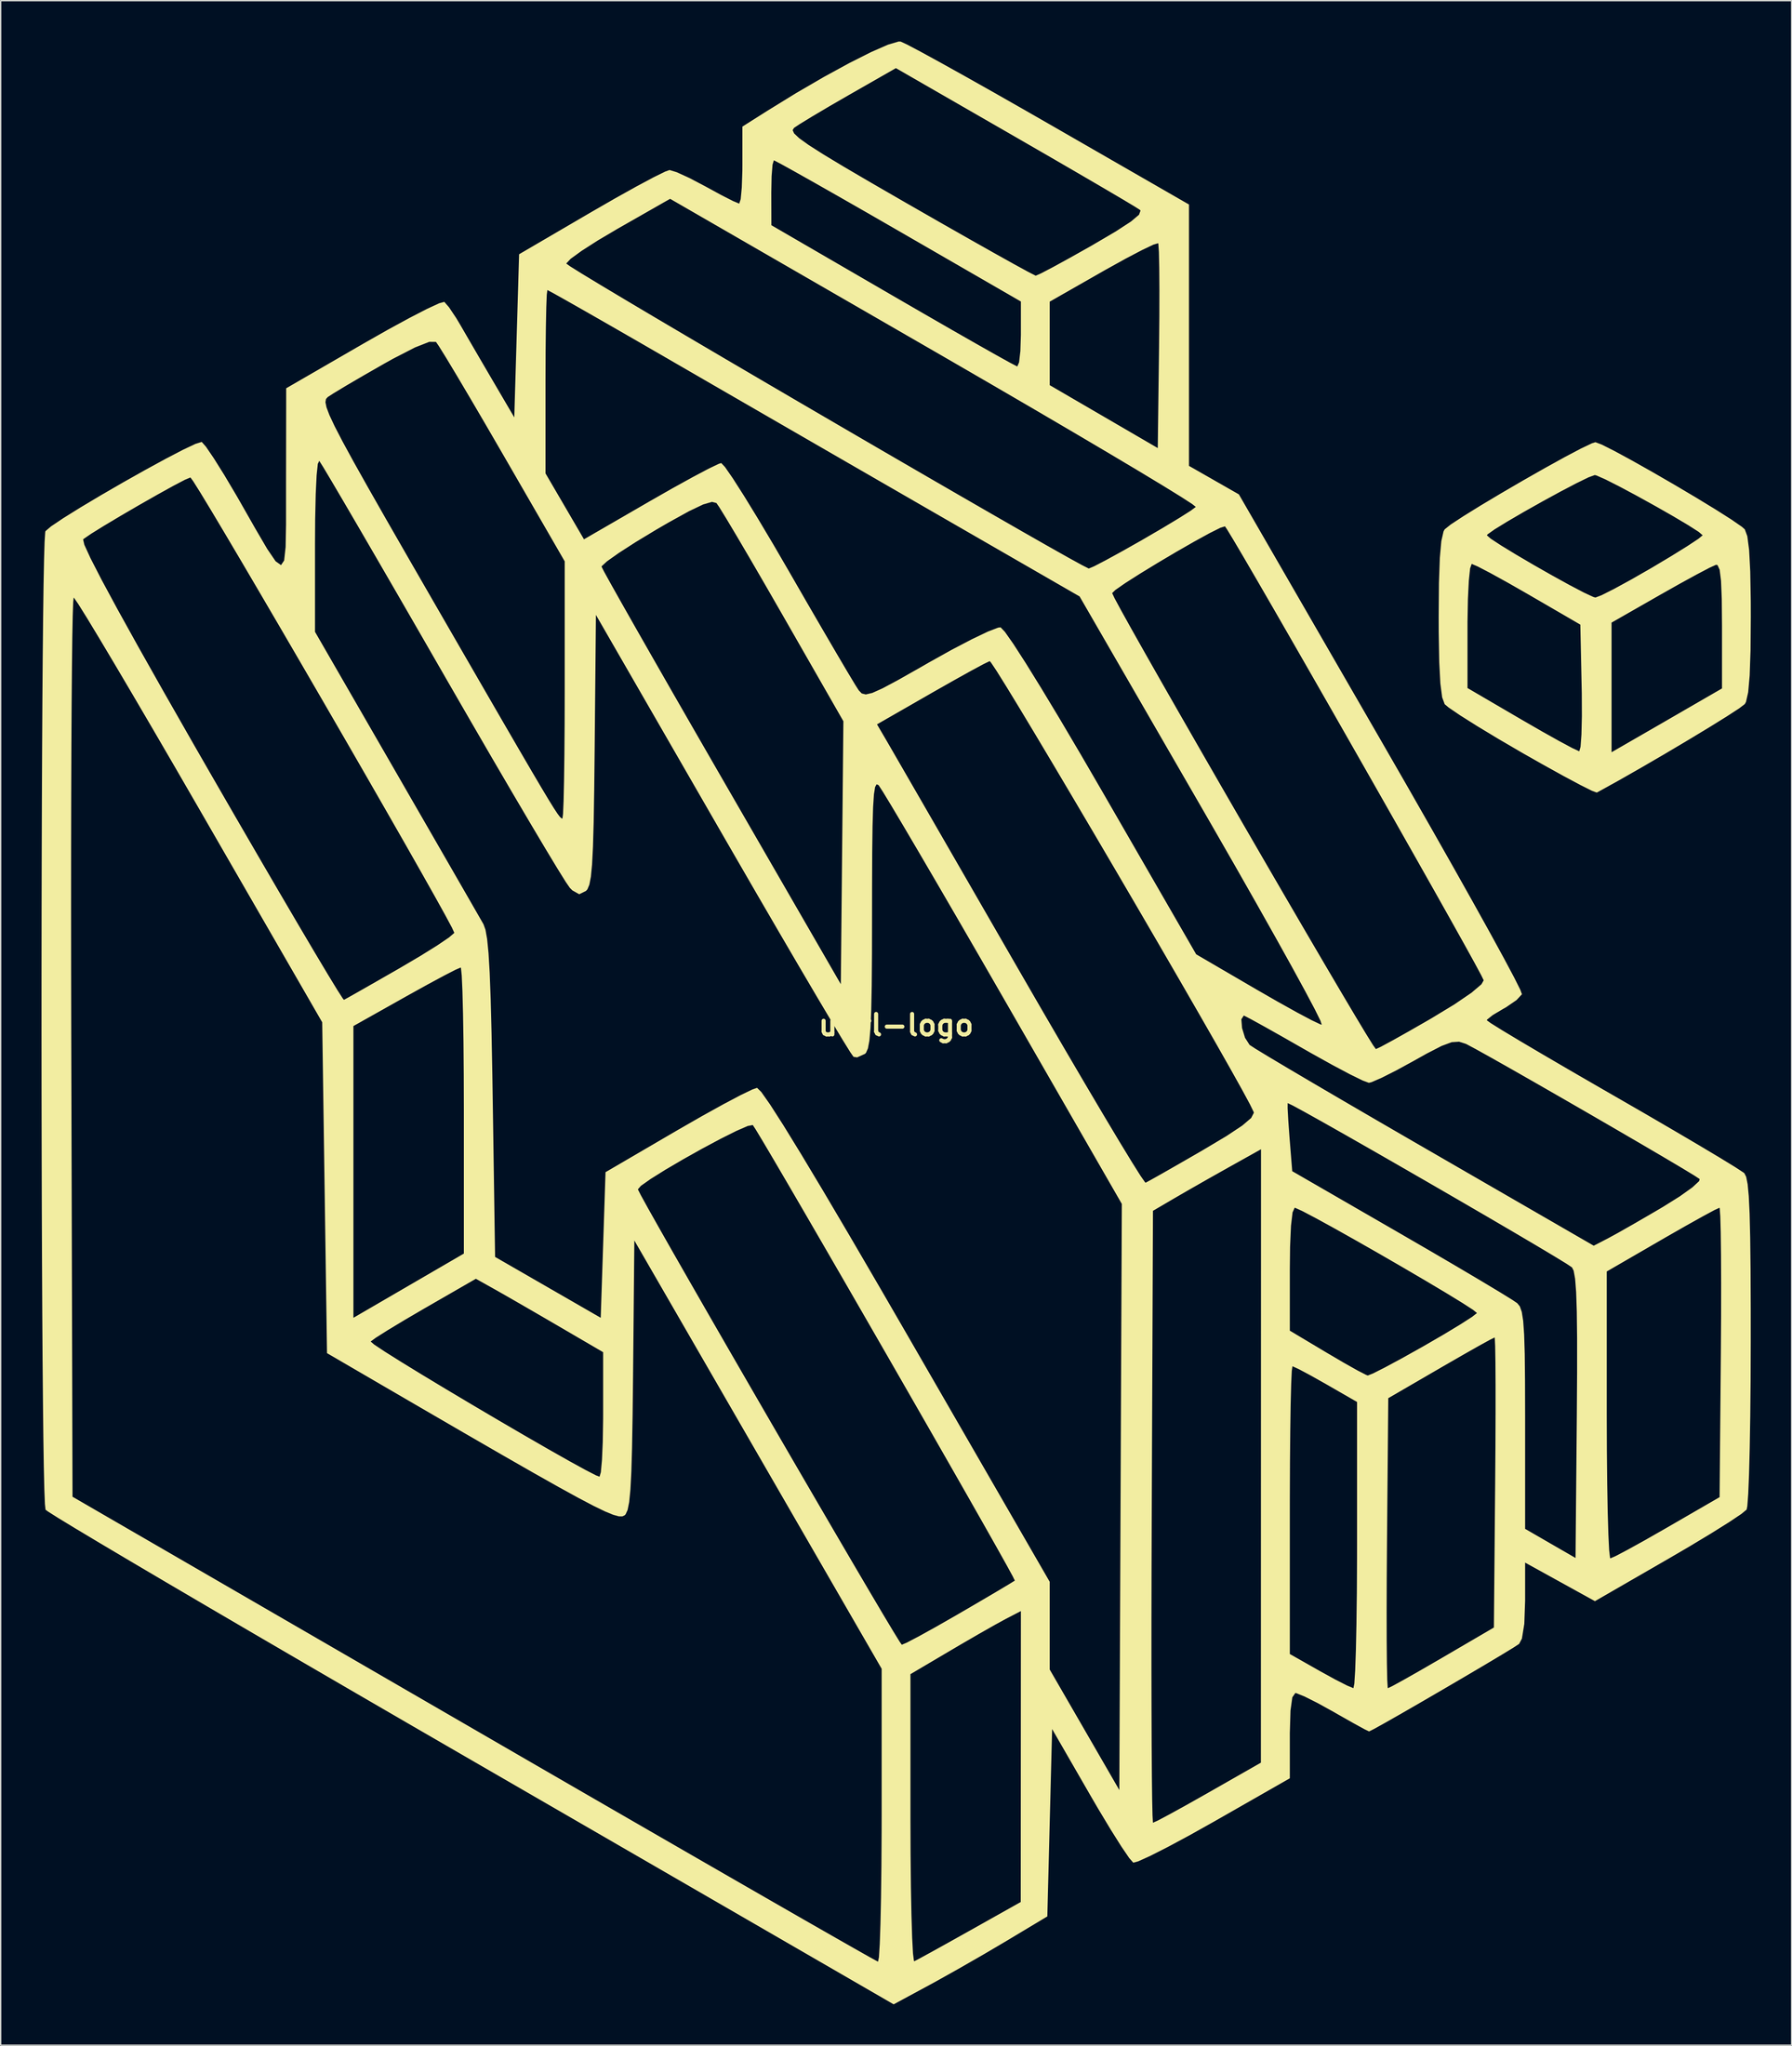
<source format=kicad_pcb>
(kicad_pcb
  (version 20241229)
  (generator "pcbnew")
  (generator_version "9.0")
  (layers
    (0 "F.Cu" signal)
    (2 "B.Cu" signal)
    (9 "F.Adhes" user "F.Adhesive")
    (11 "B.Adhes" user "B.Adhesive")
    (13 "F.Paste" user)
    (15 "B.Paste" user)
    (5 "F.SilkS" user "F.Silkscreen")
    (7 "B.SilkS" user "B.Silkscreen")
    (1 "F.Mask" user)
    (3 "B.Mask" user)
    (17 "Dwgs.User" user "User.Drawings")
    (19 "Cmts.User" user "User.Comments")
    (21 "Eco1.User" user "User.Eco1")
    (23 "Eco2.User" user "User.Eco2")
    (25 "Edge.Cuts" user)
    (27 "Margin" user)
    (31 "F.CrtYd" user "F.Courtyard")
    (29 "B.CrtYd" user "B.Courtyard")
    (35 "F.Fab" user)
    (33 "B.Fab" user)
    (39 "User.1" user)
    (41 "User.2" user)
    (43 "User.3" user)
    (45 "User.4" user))
  (footprint "uwrl-logo"
    (layer "F.Cu")
    (at 62.778 72.224)
    (property "Reference" "uwrl-logo" (at 0 0 0) (layer "F.SilkS") (effects (font (size 1.5 1.5) (thickness 0.3))))
    (attr board_only exclude_from_pos_files exclude_from_bom)
    (fp_poly (pts (xy 51.843 -42.63) (xy 52.782 -42.157) (xy 54.07 -41.458) (xy 55.583 -40.605) (xy 57.196 -39.672) (xy 58.782 -38.732) (xy 60.218 -37.857) (xy 61.378 -37.12) (xy 62.137 -36.595) (xy 62.353 -36.405) (xy 62.538 -35.901) (xy 62.67 -34.888) (xy 62.753 -33.309) (xy 62.791 -31.107) (xy 62.794 -29.986) (xy 62.774 -27.511) (xy 62.711 -25.682) (xy 62.601 -24.443) (xy 62.44 -23.734) (xy 62.353 -23.578) (xy 61.946 -23.267) (xy 61.039 -22.677) (xy 59.751 -21.877) (xy 58.195 -20.937) (xy 56.489 -19.925) (xy 54.746 -18.911) (xy 53.084 -17.963) (xy 51.617 -17.152) (xy 51.48 -17.078) (xy 51.123 -17.209) (xy 50.26 -17.641) (xy 48.994 -18.318) (xy 47.428 -19.186) (xy 46.012 -19.99) (xy 44.249 -21.019) (xy 42.684 -21.964) (xy 41.428 -22.756) (xy 40.592 -23.326) (xy 40.305 -23.568) (xy 40.12 -24.071) (xy 39.988 -25.084) (xy 39.905 -26.663) (xy 39.867 -28.866) (xy 39.866 -29.31) (xy 41.981 -29.31) (xy 41.981 -24.754) (xy 45.949 -22.436) (xy 47.452 -21.57) (xy 48.738 -20.85) (xy 49.683 -20.344) (xy 50.166 -20.119) (xy 50.193 -20.113) (xy 50.287 -20.442) (xy 50.353 -21.347) (xy 50.384 -22.697) (xy 50.377 -24.362) (xy 50.369 -24.759) (xy 50.271 -29.409) (xy 50.013 -29.559) (xy 52.564 -29.559) (xy 52.564 -24.8) (xy 52.564 -20.041) (xy 54.063 -20.905) (xy 55.111 -21.509) (xy 56.494 -22.307) (xy 57.935 -23.14) (xy 58.12 -23.247) (xy 60.678 -24.726) (xy 60.678 -29.322) (xy 60.661 -31.291) (xy 60.606 -32.636) (xy 60.505 -33.439) (xy 60.349 -33.783) (xy 60.237 -33.804) (xy 59.77 -33.592) (xy 58.832 -33.1) (xy 57.561 -32.404) (xy 56.18 -31.625) (xy 52.564 -29.559) (xy 50.013 -29.559) (xy 46.432 -31.638) (xy 44.95 -32.485) (xy 43.683 -33.184) (xy 42.757 -33.667) (xy 42.301 -33.865) (xy 42.287 -33.867) (xy 42.172 -33.536) (xy 42.078 -32.631) (xy 42.011 -31.283) (xy 41.981 -29.624) (xy 41.981 -29.31) (xy 39.866 -29.31) (xy 39.864 -29.986) (xy 39.884 -32.468) (xy 39.948 -34.302) (xy 40.059 -35.545) (xy 40.157 -35.971) (xy 43.402 -35.971) (xy 43.684 -35.723) (xy 44.447 -35.223) (xy 45.549 -34.551) (xy 46.85 -33.788) (xy 48.209 -33.015) (xy 49.483 -32.313) (xy 50.533 -31.763) (xy 51.216 -31.445) (xy 51.38 -31.399) (xy 51.826 -31.568) (xy 52.744 -32.031) (xy 54.002 -32.717) (xy 55.468 -33.557) (xy 55.526 -33.591) (xy 56.956 -34.445) (xy 58.132 -35.175) (xy 58.937 -35.707) (xy 59.255 -35.967) (xy 59.256 -35.972) (xy 58.962 -36.223) (xy 58.185 -36.719) (xy 57.07 -37.381) (xy 55.761 -38.127) (xy 54.401 -38.879) (xy 53.134 -39.556) (xy 52.104 -40.077) (xy 51.454 -40.363) (xy 51.329 -40.393) (xy 50.884 -40.232) (xy 49.998 -39.8) (xy 48.814 -39.18) (xy 47.476 -38.45) (xy 46.127 -37.691) (xy 44.913 -36.983) (xy 43.975 -36.407) (xy 43.459 -36.042) (xy 43.402 -35.971) (xy 40.157 -35.971) (xy 40.221 -36.255) (xy 40.305 -36.407) (xy 40.745 -36.759) (xy 41.668 -37.366) (xy 42.948 -38.158) (xy 44.46 -39.061) (xy 46.079 -40.004) (xy 47.68 -40.914) (xy 49.138 -41.719) (xy 50.329 -42.347) (xy 51.127 -42.726) (xy 51.378 -42.804)) (stroke (width 0) (type solid)) (fill yes) (layer "F.SilkS"))
    (fp_poly (pts (xy 0.342 -72.22) (xy 0.803 -72.006) (xy 1.798 -71.481) (xy 3.25 -70.687) (xy 5.081 -69.668) (xy 7.215 -68.466) (xy 9.574 -67.123) (xy 11.273 -66.149) (xy 21.519 -60.257) (xy 21.519 -50.661) (xy 21.519 -41.066) (xy 23.353 -40.02) (xy 25.186 -38.973) (xy 35.664 -20.833) (xy 37.551 -17.555) (xy 39.323 -14.453) (xy 40.951 -11.583) (xy 42.403 -8.998) (xy 43.65 -6.754) (xy 44.661 -4.904) (xy 45.407 -3.504) (xy 45.856 -2.607) (xy 45.981 -2.272) (xy 45.586 -1.845) (xy 44.814 -1.316) (xy 44.606 -1.199) (xy 43.835 -0.741) (xy 43.421 -0.41) (xy 43.398 -0.361) (xy 43.693 -0.146) (xy 44.527 0.374) (xy 45.824 1.154) (xy 47.51 2.149) (xy 49.509 3.316) (xy 51.747 4.61) (xy 52.625 5.115) (xy 54.961 6.462) (xy 57.11 7.713) (xy 58.993 8.821) (xy 60.53 9.739) (xy 61.641 10.419) (xy 62.245 10.813) (xy 62.321 10.873) (xy 62.454 11.136) (xy 62.561 11.676) (xy 62.644 12.558) (xy 62.706 13.845) (xy 62.749 15.601) (xy 62.775 17.89) (xy 62.788 20.775) (xy 62.789 23.22) (xy 62.779 26.061) (xy 62.754 28.686) (xy 62.715 31.009) (xy 62.665 32.945) (xy 62.605 34.408) (xy 62.538 35.312) (xy 62.488 35.568) (xy 62.097 35.89) (xy 61.197 36.492) (xy 59.894 37.308) (xy 58.291 38.274) (xy 56.767 39.164) (xy 51.343 42.293) (xy 48.778 40.877) (xy 46.214 39.462) (xy 46.214 42.265) (xy 46.154 43.958) (xy 45.978 45.044) (xy 45.773 45.43) (xy 45.356 45.703) (xy 44.469 46.244) (xy 43.23 46.983) (xy 41.76 47.85) (xy 40.178 48.776) (xy 38.602 49.692) (xy 37.152 50.528) (xy 35.947 51.214) (xy 35.107 51.68) (xy 34.751 51.858) (xy 34.749 51.858) (xy 34.412 51.695) (xy 33.618 51.26) (xy 32.521 50.64) (xy 32.187 50.447) (xy 30.988 49.784) (xy 30.001 49.288) (xy 29.401 49.047) (xy 29.333 49.036) (xy 29.111 49.355) (xy 28.977 50.329) (xy 28.928 51.978) (xy 28.928 52.167) (xy 28.928 55.298) (xy 23.372 58.47) (xy 21.575 59.476) (xy 19.977 60.335) (xy 18.682 60.992) (xy 17.795 61.395) (xy 17.429 61.496) (xy 17.128 61.154) (xy 16.55 60.305) (xy 15.764 59.057) (xy 14.839 57.519) (xy 14.254 56.516) (xy 11.465 51.682) (xy 11.289 58.561) (xy 11.113 65.44) (xy 8.114 67.239) (xy 6.419 68.237) (xy 4.563 69.302) (xy 2.879 70.244) (xy 2.469 70.467) (xy -0.176 71.896) (xy -31.178 53.975) (xy -35.483 51.484) (xy -39.616 49.086) (xy -43.537 46.806) (xy -47.204 44.668) (xy -50.576 42.696) (xy -53.612 40.914) (xy -56.271 39.346) (xy -58.511 38.018) (xy -60.292 36.952) (xy -61.572 36.173) (xy -62.31 35.706) (xy -62.482 35.578) (xy -62.528 35.159) (xy -62.57 34.092) (xy -62.609 32.435) (xy -62.643 30.247) (xy -62.673 27.584) (xy -62.7 24.505) (xy -62.723 21.067) (xy -62.742 17.329) (xy -62.757 13.348) (xy -62.767 9.181) (xy -62.775 4.888) (xy -62.778 0.525) (xy -62.777 -3.849) (xy -62.772 -8.177) (xy -62.771 -8.755) (xy -60.606 -8.755) (xy -60.603 -4.257) (xy -60.594 0.457) (xy -60.591 1.614) (xy -60.501 34.625) (xy -31.044 51.678) (xy -26.855 54.102) (xy -22.837 56.425) (xy -19.034 58.62) (xy -15.488 60.665) (xy -12.241 62.535) (xy -9.334 64.207) (xy -6.811 65.655) (xy -4.712 66.855) (xy -3.081 67.784) (xy -1.959 68.418) (xy -1.388 68.731) (xy -1.323 68.761) (xy -1.257 68.431) (xy -1.197 67.479) (xy -1.146 65.993) (xy -1.104 64.057) (xy -1.075 61.755) (xy -1.06 59.174) (xy -1.058 58.024) (xy -1.058 47.652) (xy 1.058 47.652) (xy 1.058 58.251) (xy 1.067 60.898) (xy 1.092 63.295) (xy 1.132 65.358) (xy 1.183 67.003) (xy 1.243 68.143) (xy 1.311 68.695) (xy 1.338 68.733) (xy 1.739 68.523) (xy 2.624 68.039) (xy 3.865 67.351) (xy 5.333 66.53) (xy 5.389 66.499) (xy 9.16 64.382) (xy 9.166 53.701) (xy 9.172 43.021) (xy 8.078 43.587) (xy 7.29 44.017) (xy 6.098 44.693) (xy 4.704 45.501) (xy 4.021 45.903) (xy 1.058 47.652) (xy -1.058 47.652) (xy -1.058 47.256) (xy -10.142 31.533) (xy -19.226 15.811) (xy -19.32 25.682) (xy -19.354 28.661) (xy -19.395 31.009) (xy -19.447 32.801) (xy -19.516 34.113) (xy -19.606 35.019) (xy -19.721 35.593) (xy -19.866 35.912) (xy -19.936 35.987) (xy -20.105 36.067) (xy -20.37 36.064) (xy -20.778 35.951) (xy -21.379 35.704) (xy -22.22 35.297) (xy -23.349 34.703) (xy -24.814 33.898) (xy -26.663 32.856) (xy -28.943 31.551) (xy -31.703 29.957) (xy -34.99 28.048) (xy -37.571 26.547) (xy -41.804 24.082) (xy -41.817 23.23) (xy -38.596 23.23) (xy -38.34 23.451) (xy -37.565 23.966) (xy -36.366 24.72) (xy -34.836 25.657) (xy -33.071 26.721) (xy -31.165 27.856) (xy -29.211 29.008) (xy -27.304 30.121) (xy -25.538 31.138) (xy -24.007 32.004) (xy -22.806 32.664) (xy -22.029 33.062) (xy -21.784 33.155) (xy -21.686 32.827) (xy -21.604 31.923) (xy -21.546 30.577) (xy -21.52 28.917) (xy -21.519 28.587) (xy -21.519 24.012) (xy -24.783 22.107) (xy -26.307 21.22) (xy -27.766 20.377) (xy -28.952 19.697) (xy -29.457 19.411) (xy -30.868 18.621) (xy -34.656 20.802) (xy -36.117 21.656) (xy -37.342 22.395) (xy -38.208 22.942) (xy -38.591 23.223) (xy -38.596 23.23) (xy -41.817 23.23) (xy -41.981 11.935) (xy -42.153 0.064) (xy -39.864 0.064) (xy -39.864 10.775) (xy -39.864 21.486) (xy -35.807 19.128) (xy -31.75 16.77) (xy -31.75 6.268) (xy -31.758 3.628) (xy -31.779 1.231) (xy -31.812 -0.837) (xy -31.855 -2.487) (xy -31.906 -3.635) (xy -31.963 -4.193) (xy -31.984 -4.233) (xy -32.364 -4.07) (xy -33.231 -3.624) (xy -34.46 -2.961) (xy -35.924 -2.15) (xy -36.041 -2.084) (xy -39.864 0.064) (xy -42.153 0.064) (xy -42.157 -0.212) (xy -51.153 -15.802) (xy -52.903 -18.827) (xy -54.551 -21.658) (xy -56.063 -24.238) (xy -57.405 -26.511) (xy -58.542 -28.417) (xy -59.44 -29.901) (xy -60.066 -30.904) (xy -60.385 -31.369) (xy -60.415 -31.395) (xy -60.452 -31.05) (xy -60.486 -30.049) (xy -60.517 -28.441) (xy -60.543 -26.273) (xy -60.565 -23.594) (xy -60.583 -20.455) (xy -60.596 -16.902) (xy -60.604 -12.986) (xy -60.606 -8.755) (xy -62.771 -8.755) (xy -62.763 -12.401) (xy -62.751 -16.463) (xy -62.734 -20.306) (xy -62.713 -23.87) (xy -62.689 -27.099) (xy -62.66 -29.935) (xy -62.628 -32.32) (xy -62.591 -34.195) (xy -62.551 -35.504) (xy -62.54 -35.668) (xy -59.723 -35.668) (xy -59.633 -35.276) (xy -59.179 -34.287) (xy -58.367 -32.707) (xy -57.199 -30.544) (xy -55.679 -27.804) (xy -53.811 -24.493) (xy -51.598 -20.617) (xy -50.409 -18.549) (xy -48.597 -15.412) (xy -46.889 -12.469) (xy -45.318 -9.774) (xy -43.916 -7.384) (xy -42.715 -5.352) (xy -41.748 -3.734) (xy -41.047 -2.585) (xy -40.645 -1.96) (xy -40.561 -1.86) (xy -40.202 -2.056) (xy -39.352 -2.537) (xy -38.133 -3.232) (xy -36.666 -4.073) (xy -36.415 -4.217) (xy -34.935 -5.09) (xy -33.706 -5.855) (xy -32.844 -6.439) (xy -32.464 -6.765) (xy -32.456 -6.789) (xy -32.627 -7.162) (xy -33.114 -8.07) (xy -33.878 -9.447) (xy -34.879 -11.223) (xy -36.078 -13.333) (xy -37.437 -15.707) (xy -38.915 -18.279) (xy -40.473 -20.98) (xy -42.073 -23.743) (xy -43.674 -26.5) (xy -45.238 -29.183) (xy -46.726 -31.725) (xy -48.097 -34.058) (xy -49.313 -36.114) (xy -50.335 -37.826) (xy -51.123 -39.125) (xy -51.638 -39.944) (xy -51.839 -40.217) (xy -52.241 -40.048) (xy -53.1 -39.598) (xy -54.27 -38.95) (xy -55.606 -38.19) (xy -56.961 -37.401) (xy -58.189 -36.668) (xy -59.144 -36.075) (xy -59.681 -35.706) (xy -59.723 -35.668) (xy -62.54 -35.668) (xy -62.506 -36.188) (xy -62.488 -36.274) (xy -62.077 -36.625) (xy -61.184 -37.225) (xy -59.928 -38.007) (xy -58.428 -38.902) (xy -56.804 -39.842) (xy -55.176 -40.758) (xy -53.663 -41.583) (xy -52.386 -42.248) (xy -51.463 -42.684) (xy -51.016 -42.824) (xy -51.006 -42.822) (xy -50.699 -42.475) (xy -50.123 -41.629) (xy -49.355 -40.403) (xy -48.47 -38.912) (xy -48.232 -38.499) (xy -47.06 -36.442) (xy -46.191 -34.958) (xy -45.581 -34.064) (xy -45.183 -33.779) (xy -44.953 -34.12) (xy -44.845 -35.107) (xy -44.841 -35.325) (xy -42.686 -35.325) (xy -42.686 -28.881) (xy -36.746 -18.586) (xy -35.312 -16.098) (xy -33.972 -13.775) (xy -32.773 -11.694) (xy -31.759 -9.934) (xy -30.977 -8.574) (xy -30.471 -7.694) (xy -30.308 -7.408) (xy -30.163 -7.008) (xy -30.041 -6.322) (xy -29.939 -5.285) (xy -29.853 -3.831) (xy -29.78 -1.897) (xy -29.716 0.585) (xy -29.658 3.678) (xy -29.633 5.245) (xy -29.457 17.016) (xy -25.576 19.251) (xy -21.696 21.486) (xy -21.519 16.14) (xy -21.385 12.055) (xy -18.967 12.055) (xy -18.75 12.483) (xy -18.222 13.441) (xy -17.423 14.859) (xy -16.393 16.671) (xy -15.169 18.809) (xy -13.793 21.205) (xy -12.302 23.792) (xy -10.736 26.501) (xy -9.134 29.267) (xy -7.536 32.019) (xy -5.98 34.692) (xy -4.506 37.218) (xy -3.153 39.529) (xy -1.961 41.556) (xy -0.968 43.234) (xy -0.213 44.493) (xy 0.264 45.268) (xy 0.422 45.493) (xy 0.802 45.331) (xy 1.669 44.876) (xy 2.899 44.196) (xy 4.371 43.355) (xy 4.644 43.197) (xy 6.134 42.328) (xy 7.386 41.592) (xy 8.283 41.057) (xy 8.708 40.794) (xy 8.726 40.781) (xy 8.573 40.469) (xy 8.105 39.614) (xy 7.361 38.285) (xy 6.379 36.548) (xy 5.199 34.471) (xy 3.858 32.123) (xy 2.397 29.57) (xy 0.853 26.88) (xy -0.733 24.121) (xy -2.324 21.36) (xy -3.879 18.665) (xy -5.362 16.104) (xy -6.731 13.744) (xy -7.949 11.653) (xy -8.977 9.899) (xy -9.775 8.548) (xy -10.305 7.669) (xy -10.526 7.332) (xy -10.9 7.403) (xy -11.735 7.766) (xy -12.894 8.346) (xy -14.239 9.064) (xy -15.634 9.845) (xy -16.941 10.612) (xy -18.023 11.288) (xy -18.744 11.796) (xy -18.967 12.055) (xy -21.385 12.055) (xy -21.343 10.794) (xy -16.051 7.705) (xy -14.287 6.693) (xy -12.708 5.818) (xy -11.423 5.139) (xy -10.545 4.716) (xy -10.21 4.601) (xy -9.901 4.906) (xy -9.257 5.822) (xy -8.281 7.343) (xy -6.978 9.463) (xy -5.351 12.175) (xy -3.405 15.472) (xy -1.143 19.348) (xy 0.815 22.729) (xy 11.289 40.872) (xy 11.289 44.093) (xy 11.289 47.313) (xy 13.847 51.738) (xy 16.404 56.163) (xy 16.442 47.118) (xy 18.762 47.118) (xy 18.768 50.202) (xy 18.778 52.892) (xy 18.794 55.13) (xy 18.815 56.856) (xy 18.84 58.011) (xy 18.87 58.535) (xy 18.879 58.561) (xy 19.24 58.396) (xy 20.089 57.945) (xy 21.304 57.276) (xy 22.763 56.454) (xy 22.935 56.356) (xy 26.803 54.151) (xy 26.806 35.61) (xy 28.928 35.61) (xy 28.928 46.173) (xy 31.133 47.423) (xy 32.251 48.038) (xy 33.129 48.486) (xy 33.588 48.676) (xy 33.602 48.678) (xy 33.669 48.341) (xy 33.729 47.385) (xy 33.781 45.896) (xy 33.823 43.962) (xy 33.833 43.112) (xy 36.041 43.112) (xy 36.045 45.2) (xy 36.06 46.874) (xy 36.084 48.046) (xy 36.118 48.632) (xy 36.133 48.683) (xy 36.481 48.515) (xy 37.316 48.057) (xy 38.515 47.377) (xy 39.958 46.542) (xy 40.107 46.455) (xy 43.921 44.227) (xy 44.014 33.579) (xy 44.033 30.919) (xy 44.042 28.502) (xy 44.042 26.414) (xy 44.032 24.741) (xy 44.013 23.568) (xy 43.986 22.982) (xy 43.973 22.931) (xy 43.634 23.098) (xy 42.807 23.553) (xy 41.611 24.231) (xy 40.167 25.062) (xy 39.999 25.16) (xy 36.16 27.389) (xy 36.066 38.036) (xy 36.048 40.696) (xy 36.041 43.112) (xy 33.833 43.112) (xy 33.852 41.667) (xy 33.866 39.1) (xy 33.867 38.175) (xy 33.867 27.667) (xy 31.589 26.357) (xy 30.466 25.725) (xy 29.595 25.26) (xy 29.141 25.051) (xy 29.12 25.047) (xy 29.072 25.386) (xy 29.028 26.343) (xy 28.99 27.834) (xy 28.96 29.771) (xy 28.939 32.068) (xy 28.929 34.64) (xy 28.928 35.61) (xy 26.806 35.61) (xy 26.807 31.631) (xy 26.81 17.919) (xy 28.928 17.919) (xy 28.928 22.432) (xy 31.662 24.064) (xy 32.901 24.791) (xy 33.91 25.358) (xy 34.538 25.681) (xy 34.657 25.725) (xy 35.046 25.57) (xy 35.921 25.127) (xy 37.155 24.463) (xy 38.624 23.642) (xy 38.789 23.548) (xy 40.254 22.699) (xy 41.466 21.966) (xy 42.31 21.424) (xy 42.668 21.144) (xy 42.673 21.132) (xy 42.387 20.9) (xy 41.592 20.387) (xy 40.396 19.655) (xy 38.907 18.768) (xy 37.232 17.787) (xy 35.48 16.774) (xy 33.757 15.792) (xy 32.173 14.903) (xy 30.834 14.169) (xy 29.85 13.652) (xy 29.326 13.414) (xy 29.283 13.406) (xy 29.129 13.747) (xy 29.014 14.724) (xy 28.946 16.271) (xy 28.928 17.919) (xy 26.81 17.919) (xy 26.811 9.111) (xy 24.43 10.441) (xy 23.002 11.244) (xy 21.568 12.061) (xy 20.461 12.701) (xy 18.874 13.631) (xy 18.783 36.096) (xy 18.77 40.006) (xy 18.763 43.699) (xy 18.762 47.118) (xy 16.442 47.118) (xy 16.495 34.644) (xy 16.586 13.124) (xy 7.887 -1.993) (xy 6.158 -4.991) (xy 4.524 -7.813) (xy 3.022 -10.396) (xy 1.686 -12.68) (xy 0.553 -14.604) (xy -0.342 -16.108) (xy -0.962 -17.129) (xy -1.272 -17.607) (xy -1.288 -17.626) (xy -1.429 -17.687) (xy -1.54 -17.482) (xy -1.625 -16.946) (xy -1.686 -16.012) (xy -1.727 -14.613) (xy -1.751 -12.684) (xy -1.762 -10.157) (xy -1.764 -8.233) (xy -1.769 -5.248) (xy -1.788 -2.895) (xy -1.823 -1.098) (xy -1.878 0.218) (xy -1.958 1.128) (xy -2.066 1.705) (xy -2.205 2.025) (xy -2.278 2.104) (xy -2.861 2.367) (xy -3.126 2.323) (xy -3.361 1.986) (xy -3.914 1.095) (xy -4.75 -0.294) (xy -5.835 -2.122) (xy -7.136 -4.333) (xy -8.619 -6.869) (xy -10.25 -9.672) (xy -11.994 -12.686) (xy -12.755 -14.003) (xy -22.049 -30.123) (xy -22.142 -20.215) (xy -22.175 -17.248) (xy -22.214 -14.91) (xy -22.265 -13.125) (xy -22.331 -11.816) (xy -22.418 -10.906) (xy -22.53 -10.319) (xy -22.672 -9.979) (xy -22.779 -9.857) (xy -23.275 -9.613) (xy -23.778 -9.896) (xy -23.965 -10.083) (xy -24.264 -10.516) (xy -24.877 -11.5) (xy -25.767 -12.973) (xy -26.897 -14.873) (xy -28.232 -17.139) (xy -29.734 -19.708) (xy -31.366 -22.52) (xy -33.094 -25.511) (xy -33.334 -25.929) (xy -35.06 -28.925) (xy -36.685 -31.738) (xy -38.174 -34.307) (xy -39.492 -36.574) (xy -40.605 -38.478) (xy -41.477 -39.96) (xy -42.073 -40.959) (xy -42.359 -41.415) (xy -42.374 -41.434) (xy -42.48 -41.216) (xy -42.568 -40.375) (xy -42.634 -38.991) (xy -42.675 -37.148) (xy -42.686 -35.325) (xy -44.841 -35.325) (xy -44.814 -36.757) (xy -44.814 -39.089) (xy -44.814 -39.875) (xy -44.804 -45.738) (xy -41.919 -45.738) (xy -41.842 -45.362) (xy -41.625 -44.79) (xy -41.241 -43.972) (xy -40.661 -42.854) (xy -39.859 -41.384) (xy -38.807 -39.51) (xy -37.48 -37.18) (xy -35.85 -34.342) (xy -34.042 -31.207) (xy -31.997 -27.666) (xy -30.276 -24.688) (xy -28.85 -22.224) (xy -27.689 -20.226) (xy -26.766 -18.645) (xy -26.05 -17.432) (xy -25.514 -16.538) (xy -25.128 -15.916) (xy -24.864 -15.517) (xy -24.692 -15.292) (xy -24.584 -15.192) (xy -24.511 -15.169) (xy -24.51 -15.169) (xy -24.465 -15.507) (xy -24.425 -16.459) (xy -24.391 -17.934) (xy -24.365 -19.84) (xy -24.348 -22.087) (xy -24.342 -24.583) (xy -24.342 -24.613) (xy -24.342 -33.663) (xy -21.634 -33.663) (xy -21.451 -33.302) (xy -20.947 -32.39) (xy -20.158 -30.987) (xy -19.117 -29.152) (xy -17.858 -26.946) (xy -16.416 -24.427) (xy -14.823 -21.656) (xy -13.114 -18.691) (xy -12.815 -18.173) (xy -4.057 -3.008) (xy -3.963 -12.663) (xy -3.871 -22.088) (xy -1.4 -22.088) (xy -0.767 -21.01) (xy -0.471 -20.5) (xy 0.141 -19.441) (xy 1.034 -17.895) (xy 2.172 -15.925) (xy 3.518 -13.592) (xy 5.037 -10.959) (xy 6.693 -8.087) (xy 8.45 -5.04) (xy 8.974 -4.131) (xy 10.734 -1.089) (xy 12.391 1.757) (xy 13.912 4.349) (xy 15.263 6.632) (xy 16.41 8.549) (xy 17.32 10.043) (xy 17.959 11.058) (xy 18.294 11.537) (xy 18.333 11.568) (xy 18.716 11.361) (xy 19.587 10.871) (xy 20.821 10.166) (xy 22.295 9.317) (xy 22.528 9.182) (xy 24.27 8.144) (xy 25.437 7.37) (xy 26.088 6.815) (xy 26.284 6.436) (xy 26.269 6.366) (xy 26.138 6.097) (xy 28.766 6.097) (xy 28.814 6.984) (xy 28.902 8.199) (xy 28.908 8.271) (xy 29.104 10.721) (xy 37.083 15.326) (xy 39.259 16.588) (xy 41.253 17.755) (xy 42.978 18.775) (xy 44.345 19.596) (xy 45.266 20.165) (xy 45.638 20.416) (xy 45.826 20.65) (xy 45.968 21.052) (xy 46.072 21.712) (xy 46.142 22.716) (xy 46.186 24.154) (xy 46.207 26.113) (xy 46.214 28.682) (xy 46.214 28.942) (xy 46.214 36.983) (xy 48.066 38.053) (xy 49.918 39.122) (xy 50.012 28.663) (xy 50.033 25.495) (xy 50.033 22.969) (xy 50.01 21.023) (xy 49.962 19.593) (xy 49.886 18.617) (xy 49.79 18.085) (xy 52.211 18.085) (xy 52.211 28.622) (xy 52.22 31.266) (xy 52.244 33.667) (xy 52.281 35.738) (xy 52.33 37.393) (xy 52.387 38.546) (xy 52.452 39.109) (xy 52.476 39.151) (xy 52.865 38.981) (xy 53.739 38.521) (xy 54.971 37.84) (xy 56.438 37.005) (xy 56.621 36.899) (xy 60.501 34.655) (xy 60.595 24.03) (xy 60.612 21.374) (xy 60.615 18.96) (xy 60.606 16.875) (xy 60.585 15.205) (xy 60.552 14.037) (xy 60.51 13.455) (xy 60.491 13.406) (xy 60.129 13.573) (xy 59.278 14.031) (xy 58.056 14.713) (xy 56.583 15.554) (xy 56.253 15.745) (xy 52.211 18.085) (xy 49.79 18.085) (xy 49.781 18.032) (xy 49.659 17.788) (xy 49.263 17.522) (xy 48.358 16.968) (xy 47.028 16.174) (xy 45.359 15.19) (xy 43.436 14.065) (xy 41.344 12.849) (xy 39.169 11.59) (xy 36.995 10.337) (xy 34.91 9.141) (xy 32.996 8.05) (xy 31.341 7.114) (xy 30.028 6.381) (xy 29.144 5.901) (xy 28.774 5.724) (xy 28.768 5.725) (xy 28.766 6.097) (xy 26.138 6.097) (xy 25.994 5.803) (xy 25.413 4.729) (xy 24.566 3.213) (xy 23.493 1.322) (xy 22.489 -0.43) (xy 25.367 -0.43) (xy 25.418 0.209) (xy 25.638 0.928) (xy 25.971 1.446) (xy 25.981 1.455) (xy 26.407 1.732) (xy 27.375 2.321) (xy 28.818 3.18) (xy 30.667 4.27) (xy 32.853 5.55) (xy 35.308 6.98) (xy 37.964 8.519) (xy 38.909 9.065) (xy 51.254 16.193) (xy 52.298 15.654) (xy 53.059 15.238) (xy 54.229 14.573) (xy 55.614 13.77) (xy 56.34 13.343) (xy 57.574 12.572) (xy 58.498 11.913) (xy 58.997 11.452) (xy 59.038 11.299) (xy 58.647 11.042) (xy 57.741 10.493) (xy 56.418 9.709) (xy 54.776 8.746) (xy 52.913 7.661) (xy 50.927 6.51) (xy 48.916 5.35) (xy 46.979 4.238) (xy 45.213 3.231) (xy 43.716 2.385) (xy 42.587 1.757) (xy 41.924 1.403) (xy 41.852 1.369) (xy 41.362 1.213) (xy 40.822 1.248) (xy 40.079 1.524) (xy 38.98 2.09) (xy 38.072 2.598) (xy 36.766 3.312) (xy 35.662 3.869) (xy 34.922 4.188) (xy 34.735 4.233) (xy 34.28 4.065) (xy 33.34 3.604) (xy 32.04 2.914) (xy 30.503 2.059) (xy 29.986 1.764) (xy 28.43 0.876) (xy 27.104 0.129) (xy 26.122 -0.412) (xy 25.598 -0.685) (xy 25.544 -0.706) (xy 25.367 -0.43) (xy 22.489 -0.43) (xy 22.233 -0.876) (xy 20.827 -3.314) (xy 19.313 -5.924) (xy 17.731 -8.639) (xy 16.121 -11.391) (xy 14.522 -14.112) (xy 12.974 -16.735) (xy 11.516 -19.193) (xy 10.189 -21.417) (xy 9.031 -23.341) (xy 8.082 -24.896) (xy 7.383 -26.015) (xy 6.971 -26.631) (xy 6.879 -26.731) (xy 6.455 -26.527) (xy 5.547 -26.04) (xy 4.284 -25.338) (xy 2.792 -24.492) (xy 2.563 -24.361) (xy -1.4 -22.088) (xy -3.871 -22.088) (xy -3.869 -22.317) (xy -8.34 -30.121) (xy -9.573 -32.263) (xy -10.706 -34.214) (xy -11.688 -35.885) (xy -12.467 -37.19) (xy -12.991 -38.04) (xy -13.196 -38.338) (xy -13.524 -38.423) (xy -14.168 -38.235) (xy -15.208 -37.74) (xy -16.72 -36.905) (xy -17.639 -36.371) (xy -19.13 -35.47) (xy -20.364 -34.675) (xy -21.233 -34.06) (xy -21.623 -33.702) (xy -21.634 -33.663) (xy -24.342 -33.663) (xy -24.342 -34.057) (xy -28.894 -41.936) (xy -30.141 -44.084) (xy -31.284 -46.035) (xy -32.274 -47.706) (xy -33.059 -49.011) (xy -33.589 -49.863) (xy -33.801 -50.17) (xy -34.291 -50.175) (xy -35.34 -49.763) (xy -36.951 -48.935) (xy -37.642 -48.549) (xy -39.104 -47.712) (xy -40.386 -46.963) (xy -41.334 -46.391) (xy -41.756 -46.116) (xy -41.881 -45.972) (xy -41.919 -45.738) (xy -44.804 -45.738) (xy -44.803 -46.765) (xy -39.151 -50.033) (xy -37.348 -51.057) (xy -35.749 -51.928) (xy -34.454 -52.595) (xy -33.566 -53.006) (xy -33.187 -53.109) (xy -32.84 -52.71) (xy -32.309 -51.914) (xy -32.012 -51.417) (xy -31.414 -50.385) (xy -30.613 -49.009) (xy -29.763 -47.555) (xy -29.597 -47.272) (xy -28.046 -44.626) (xy -27.969 -47.246) (xy -25.753 -47.246) (xy -25.753 -40.516) (xy -24.339 -38.096) (xy -22.926 -35.675) (xy -18.086 -38.475) (xy -16.409 -39.431) (xy -14.932 -40.246) (xy -13.769 -40.861) (xy -13.032 -41.214) (xy -12.843 -41.275) (xy -12.566 -40.981) (xy -11.993 -40.153) (xy -11.174 -38.872) (xy -10.16 -37.217) (xy -9 -35.27) (xy -7.825 -33.249) (xy -6.564 -31.062) (xy -5.397 -29.053) (xy -4.378 -27.309) (xy -3.559 -25.921) (xy -2.991 -24.977) (xy -2.738 -24.582) (xy -2.521 -24.358) (xy -2.223 -24.283) (xy -1.745 -24.395) (xy -0.988 -24.735) (xy 0.146 -25.341) (xy 1.757 -26.252) (xy 2.418 -26.632) (xy 4.082 -27.56) (xy 5.565 -28.335) (xy 6.743 -28.898) (xy 7.498 -29.188) (xy 7.68 -29.212) (xy 7.992 -28.885) (xy 8.616 -27.996) (xy 9.518 -26.598) (xy 10.666 -24.744) (xy 12.026 -22.489) (xy 13.564 -19.885) (xy 15.153 -17.152) (xy 22.049 -5.203) (xy 26.458 -2.632) (xy 28.058 -1.713) (xy 29.456 -0.935) (xy 30.534 -0.363) (xy 31.171 -0.061) (xy 31.274 -0.03) (xy 31.181 -0.32) (xy 30.765 -1.162) (xy 30.055 -2.5) (xy 29.084 -4.278) (xy 27.882 -6.438) (xy 26.482 -8.925) (xy 24.914 -11.682) (xy 23.209 -14.652) (xy 22.582 -15.739) (xy 13.484 -31.479) (xy 13.054 -31.726) (xy 15.875 -31.726) (xy 16.046 -31.361) (xy 16.532 -30.46) (xy 17.294 -29.089) (xy 18.293 -27.317) (xy 19.49 -25.211) (xy 20.846 -22.84) (xy 22.322 -20.269) (xy 23.878 -17.568) (xy 25.475 -14.804) (xy 27.074 -12.044) (xy 28.637 -9.356) (xy 30.123 -6.808) (xy 31.494 -4.468) (xy 32.711 -2.402) (xy 33.734 -0.679) (xy 34.524 0.633) (xy 35.043 1.468) (xy 35.25 1.756) (xy 35.615 1.586) (xy 36.467 1.126) (xy 37.683 0.444) (xy 39.141 -0.392) (xy 39.335 -0.505) (xy 41.031 -1.534) (xy 42.276 -2.382) (xy 43.004 -3.001) (xy 43.171 -3.293) (xy 42.995 -3.656) (xy 42.507 -4.562) (xy 41.745 -5.942) (xy 40.748 -7.726) (xy 39.556 -9.846) (xy 38.207 -12.233) (xy 36.742 -14.818) (xy 35.2 -17.532) (xy 33.619 -20.306) (xy 32.04 -23.072) (xy 30.501 -25.761) (xy 29.041 -28.303) (xy 27.701 -30.63) (xy 26.518 -32.673) (xy 25.533 -34.363) (xy 24.784 -35.631) (xy 24.312 -36.409) (xy 24.164 -36.627) (xy 23.822 -36.521) (xy 23.018 -36.119) (xy 21.89 -35.499) (xy 20.572 -34.744) (xy 19.199 -33.931) (xy 17.908 -33.142) (xy 16.833 -32.457) (xy 16.111 -31.955) (xy 15.875 -31.726) (xy 13.054 -31.726) (xy 2.773 -37.65) (xy -0.263 -39.401) (xy -3.575 -41.311) (xy -6.993 -43.284) (xy -10.347 -45.221) (xy -13.467 -47.024) (xy -16.182 -48.594) (xy -16.708 -48.899) (xy -18.959 -50.199) (xy -21.006 -51.376) (xy -22.77 -52.385) (xy -24.175 -53.183) (xy -25.142 -53.725) (xy -25.594 -53.967) (xy -25.616 -53.975) (xy -25.659 -53.64) (xy -25.696 -52.708) (xy -25.725 -51.287) (xy -25.745 -49.484) (xy -25.753 -47.409) (xy -25.753 -47.246) (xy -27.969 -47.246) (xy -27.869 -50.616) (xy -27.713 -55.935) (xy -24.221 -55.935) (xy -24.22 -55.916) (xy -23.909 -55.695) (xy -23.049 -55.159) (xy -21.705 -54.345) (xy -19.939 -53.289) (xy -17.815 -52.028) (xy -15.395 -50.6) (xy -12.744 -49.04) (xy -9.924 -47.387) (xy -6.999 -45.676) (xy -4.032 -43.945) (xy -1.086 -42.231) (xy 1.776 -40.57) (xy 4.49 -39) (xy 6.993 -37.557) (xy 9.222 -36.278) (xy 11.113 -35.2) (xy 12.604 -34.36) (xy 13.631 -33.795) (xy 14.131 -33.541) (xy 14.164 -33.531) (xy 14.542 -33.69) (xy 15.403 -34.137) (xy 16.62 -34.804) (xy 18.069 -35.622) (xy 18.128 -35.657) (xy 19.58 -36.503) (xy 20.795 -37.235) (xy 21.649 -37.776) (xy 22.018 -38.05) (xy 22.02 -38.054) (xy 21.75 -38.269) (xy 20.919 -38.805) (xy 19.578 -39.632) (xy 17.778 -40.718) (xy 15.569 -42.033) (xy 13.002 -43.548) (xy 10.129 -45.232) (xy 7 -47.054) (xy 3.667 -48.985) (xy 2.789 -49.492) (xy -16.6 -60.676) (xy -20.466 -58.472) (xy -21.919 -57.613) (xy -23.104 -56.853) (xy -23.909 -56.268) (xy -24.221 -55.935) (xy -27.713 -55.935) (xy -27.693 -56.605) (xy -22.401 -59.696) (xy -20.644 -60.707) (xy -19.078 -61.58) (xy -17.813 -62.256) (xy -16.956 -62.677) (xy -16.638 -62.79) (xy -16.112 -62.629) (xy -15.175 -62.201) (xy -14.024 -61.596) (xy -13.958 -61.56) (xy -12.843 -60.953) (xy -11.976 -60.512) (xy -11.532 -60.326) (xy -11.52 -60.325) (xy -11.413 -60.65) (xy -11.366 -61.143) (xy -9.166 -61.143) (xy -9.166 -61.119) (xy -9.16 -58.737) (xy -0.258 -53.571) (xy 2.016 -52.255) (xy 4.094 -51.059) (xy 5.897 -50.03) (xy 7.346 -49.211) (xy 8.363 -48.647) (xy 8.869 -48.382) (xy 8.908 -48.367) (xy 9.039 -48.671) (xy 9.134 -49.502) (xy 9.172 -50.684) (xy 9.172 -50.732) (xy 9.172 -53.125) (xy 11.289 -53.125) (xy 11.289 -50.059) (xy 11.289 -46.993) (xy 15.258 -44.683) (xy 19.226 -42.374) (xy 19.322 -49.813) (xy 19.343 -52.031) (xy 19.347 -54) (xy 19.336 -55.616) (xy 19.31 -56.772) (xy 19.271 -57.362) (xy 19.255 -57.415) (xy 18.906 -57.311) (xy 18.069 -56.913) (xy 16.863 -56.28) (xy 15.408 -55.474) (xy 15.191 -55.351) (xy 11.289 -53.125) (xy 9.172 -53.125) (xy 9.172 -53.134) (xy 0.192 -58.317) (xy -2.089 -59.631) (xy -4.171 -60.822) (xy -5.974 -61.846) (xy -7.422 -62.661) (xy -8.436 -63.222) (xy -8.94 -63.486) (xy -8.98 -63.5) (xy -9.075 -63.178) (xy -9.142 -62.331) (xy -9.166 -61.143) (xy -11.366 -61.143) (xy -11.332 -61.513) (xy -11.291 -62.749) (xy -11.289 -63.152) (xy -11.289 -65.72) (xy -7.597 -65.72) (xy -7.491 -65.48) (xy -7.12 -65.129) (xy -6.424 -64.629) (xy -5.347 -63.942) (xy -3.831 -63.028) (xy -1.819 -61.85) (xy 0.747 -60.369) (xy 0.977 -60.237) (xy 3.272 -58.922) (xy 5.369 -57.73) (xy 7.19 -56.703) (xy 8.657 -55.885) (xy 9.693 -55.319) (xy 10.219 -55.05) (xy 10.267 -55.033) (xy 10.644 -55.199) (xy 11.51 -55.651) (xy 12.739 -56.324) (xy 14.211 -57.151) (xy 14.43 -57.276) (xy 16.135 -58.277) (xy 17.257 -59.007) (xy 17.848 -59.505) (xy 17.961 -59.81) (xy 17.912 -59.867) (xy 17.499 -60.128) (xy 16.557 -60.691) (xy 15.166 -61.509) (xy 13.409 -62.534) (xy 11.369 -63.718) (xy 9.126 -65.012) (xy 8.726 -65.243) (xy -0.011 -70.271) (xy -3.458 -68.302) (xy -4.907 -67.465) (xy -6.169 -66.718) (xy -7.094 -66.152) (xy -7.493 -65.887) (xy -7.597 -65.72) (xy -11.289 -65.72) (xy -11.289 -65.978) (xy -9.437 -67.15) (xy -7.337 -68.442) (xy -5.305 -69.623) (xy -3.438 -70.642) (xy -1.836 -71.449) (xy -0.594 -71.993) (xy 0.188 -72.224)) (stroke (width 0) (type solid)) (fill yes) (layer "F.SilkS")))
  (gr_rect
    (start -3 -3)
    (end 128.572 147.12)
    (stroke (width 0.1) (type default))
    (fill no)
    (layer "Edge.Cuts")))
</source>
